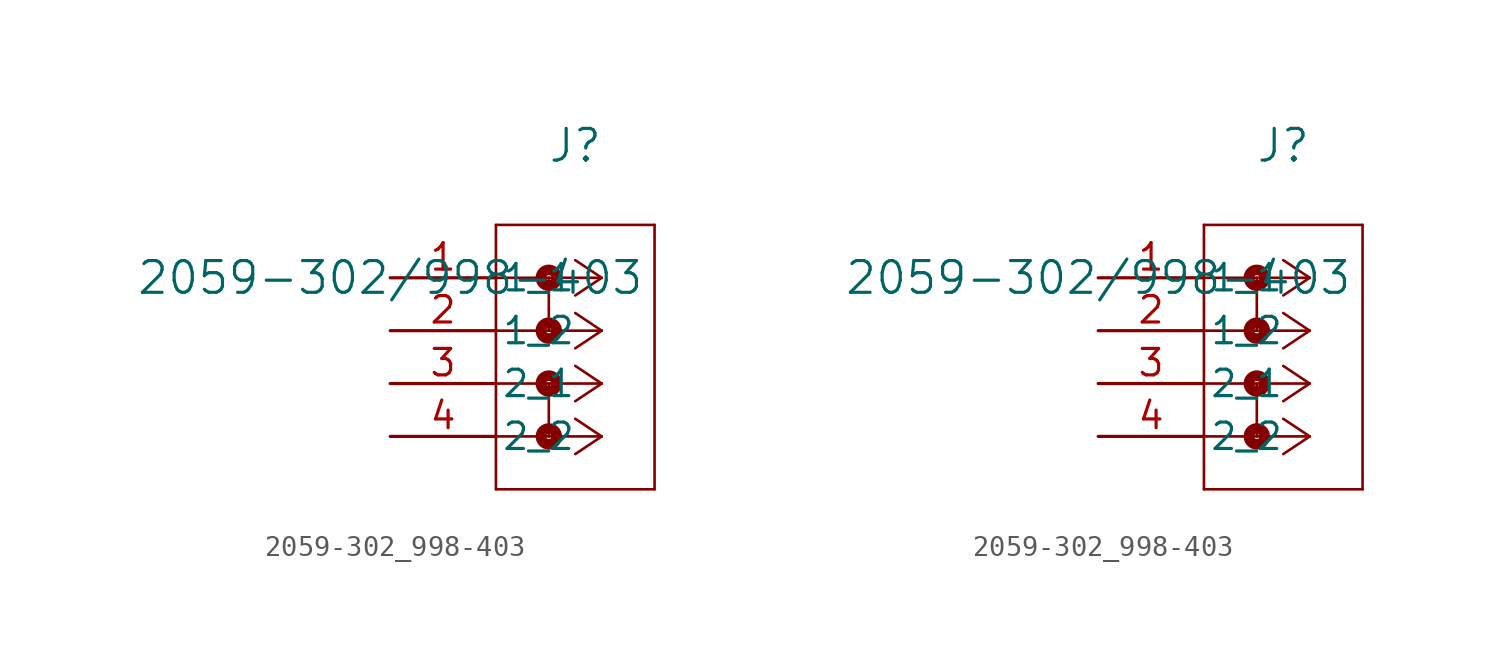
<source format=kicad_sym>
(kicad_symbol_lib
  (version 20211014)
  (generator kicad_symbol_editor)
  (symbol "2059-302_998-403"
    (pin_names
      (offset 0.254))
    (property "Reference" "J"
      (at 8.89 6.35 0)
      (effects (font (size 1.524 1.524))))
    (property "Value" "2059-302/998-403"
      (at 0 0 0)
      (effects (font (size 1.524 1.524))))
    (symbol "2059-302_998-403_1_1"
      (polyline (pts (xy 10.16 0) (xy 5.08 0)) (stroke (width 0.127) (type default) (color 0 0 0 0)) (fill (type none)))
      (polyline (pts (xy 10.16 -2.54) (xy 5.08 -2.54)) (stroke (width 0.127) (type default) (color 0 0 0 0)) (fill (type none)))
      (polyline (pts (xy 10.16 -5.08) (xy 5.08 -5.08)) (stroke (width 0.127) (type default) (color 0 0 0 0)) (fill (type none)))
      (polyline (pts (xy 10.16 -7.62) (xy 5.08 -7.62)) (stroke (width 0.127) (type default) (color 0 0 0 0)) (fill (type none)))
      (polyline (pts (xy 10.16 0) (xy 8.89 0.847)) (stroke (width 0.127) (type default) (color 0 0 0 0)) (fill (type none)))
      (polyline (pts (xy 10.16 -2.54) (xy 8.89 -1.693)) (stroke (width 0.127) (type default) (color 0 0 0 0)) (fill (type none)))
      (polyline (pts (xy 10.16 -5.08) (xy 8.89 -4.233)) (stroke (width 0.127) (type default) (color 0 0 0 0)) (fill (type none)))
      (polyline (pts (xy 10.16 -7.62) (xy 8.89 -6.773)) (stroke (width 0.127) (type default) (color 0 0 0 0)) (fill (type none)))
      (polyline (pts (xy 10.16 0) (xy 8.89 -0.847)) (stroke (width 0.127) (type default) (color 0 0 0 0)) (fill (type none)))
      (polyline (pts (xy 10.16 -2.54) (xy 8.89 -3.387)) (stroke (width 0.127) (type default) (color 0 0 0 0)) (fill (type none)))
      (polyline (pts (xy 10.16 -5.08) (xy 8.89 -5.927)) (stroke (width 0.127) (type default) (color 0 0 0 0)) (fill (type none)))
      (polyline (pts (xy 10.16 -7.62) (xy 8.89 -8.467)) (stroke (width 0.127) (type default) (color 0 0 0 0)) (fill (type none)))
      (polyline (pts (xy 5.08 2.54) (xy 5.08 -10.16)) (stroke (width 0.127) (type default) (color 0 0 0 0)) (fill (type none)))
      (polyline (pts (xy 5.08 -10.16) (xy 12.7 -10.16)) (stroke (width 0.127) (type default) (color 0 0 0 0)) (fill (type none)))
      (polyline (pts (xy 12.7 -10.16) (xy 12.7 2.54)) (stroke (width 0.127) (type default) (color 0 0 0 0)) (fill (type none)))
      (polyline (pts (xy 12.7 2.54) (xy 5.08 2.54)) (stroke (width 0.127) (type default) (color 0 0 0 0)) (fill (type none)))
      (circle (center 7.62 0) (radius 0.127) (stroke (width 0.508) (type default) (color 0 0 0 0)) (fill (type none)))
      (polyline (pts (xy 7.62 0) (xy 7.62 -2.54)) (stroke (width 0.127) (type default) (color 0 0 0 0)) (fill (type none)))
      (circle (center 7.62 -2.54) (radius 0.127) (stroke (width 0.508) (type default) (color 0 0 0 0)) (fill (type none)))
      (circle (center 7.62 -5.08) (radius 0.127) (stroke (width 0.508) (type default) (color 0 0 0 0)) (fill (type none)))
      (polyline (pts (xy 7.62 -5.08) (xy 7.62 -7.62)) (stroke (width 0.127) (type default) (color 0 0 0 0)) (fill (type none)))
      (circle (center 7.62 -7.62) (radius 0.127) (stroke (width 0.508) (type default) (color 0 0 0 0)) (fill (type none)))
      (pin unspecified line (at 0 0 0) (length 5.08) (name "1_1" (effects (font (size 1.27 1.27)))) (number "1" (effects (font (size 1.27 1.27)))))
      (pin unspecified line (at 0 -2.54 0) (length 5.08) (name "1_2" (effects (font (size 1.27 1.27)))) (number "2" (effects (font (size 1.27 1.27)))))
      (pin unspecified line (at 0 -5.08 0) (length 5.08) (name "2_1" (effects (font (size 1.27 1.27)))) (number "3" (effects (font (size 1.27 1.27)))))
      (pin unspecified line (at 0 -7.62 0) (length 5.08) (name "2_2" (effects (font (size 1.27 1.27)))) (number "4" (effects (font (size 1.27 1.27))))))
    (symbol "2059-302_998-403_1_2"
      (polyline (pts (xy 10.16 0) (xy 5.08 0)) (stroke (width 0.127) (type default) (color 0 0 0 0)) (fill (type none)))
      (polyline (pts (xy 10.16 -2.54) (xy 5.08 -2.54)) (stroke (width 0.127) (type default) (color 0 0 0 0)) (fill (type none)))
      (polyline (pts (xy 10.16 -5.08) (xy 5.08 -5.08)) (stroke (width 0.127) (type default) (color 0 0 0 0)) (fill (type none)))
      (polyline (pts (xy 10.16 -7.62) (xy 5.08 -7.62)) (stroke (width 0.127) (type default) (color 0 0 0 0)) (fill (type none)))
      (polyline (pts (xy 10.16 0) (xy 8.89 0.847)) (stroke (width 0.127) (type default) (color 0 0 0 0)) (fill (type none)))
      (polyline (pts (xy 10.16 -2.54) (xy 8.89 -1.693)) (stroke (width 0.127) (type default) (color 0 0 0 0)) (fill (type none)))
      (polyline (pts (xy 10.16 -5.08) (xy 8.89 -4.233)) (stroke (width 0.127) (type default) (color 0 0 0 0)) (fill (type none)))
      (polyline (pts (xy 10.16 -7.62) (xy 8.89 -6.773)) (stroke (width 0.127) (type default) (color 0 0 0 0)) (fill (type none)))
      (polyline (pts (xy 10.16 0) (xy 8.89 -0.847)) (stroke (width 0.127) (type default) (color 0 0 0 0)) (fill (type none)))
      (polyline (pts (xy 10.16 -2.54) (xy 8.89 -3.387)) (stroke (width 0.127) (type default) (color 0 0 0 0)) (fill (type none)))
      (polyline (pts (xy 10.16 -5.08) (xy 8.89 -5.927)) (stroke (width 0.127) (type default) (color 0 0 0 0)) (fill (type none)))
      (polyline (pts (xy 10.16 -7.62) (xy 8.89 -8.467)) (stroke (width 0.127) (type default) (color 0 0 0 0)) (fill (type none)))
      (polyline (pts (xy 5.08 2.54) (xy 5.08 -10.16)) (stroke (width 0.127) (type default) (color 0 0 0 0)) (fill (type none)))
      (polyline (pts (xy 5.08 -10.16) (xy 12.7 -10.16)) (stroke (width 0.127) (type default) (color 0 0 0 0)) (fill (type none)))
      (polyline (pts (xy 12.7 -10.16) (xy 12.7 2.54)) (stroke (width 0.127) (type default) (color 0 0 0 0)) (fill (type none)))
      (polyline (pts (xy 12.7 2.54) (xy 5.08 2.54)) (stroke (width 0.127) (type default) (color 0 0 0 0)) (fill (type none)))
      (circle (center 7.62 0) (radius 0.127) (stroke (width 0.508) (type default) (color 0 0 0 0)) (fill (type none)))
      (polyline (pts (xy 7.62 0) (xy 7.62 -2.54)) (stroke (width 0.127) (type default) (color 0 0 0 0)) (fill (type none)))
      (circle (center 7.62 -2.54) (radius 0.127) (stroke (width 0.508) (type default) (color 0 0 0 0)) (fill (type none)))
      (circle (center 7.62 -5.08) (radius 0.127) (stroke (width 0.508) (type default) (color 0 0 0 0)) (fill (type none)))
      (polyline (pts (xy 7.62 -5.08) (xy 7.62 -7.62)) (stroke (width 0.127) (type default) (color 0 0 0 0)) (fill (type none)))
      (circle (center 7.62 -7.62) (radius 0.127) (stroke (width 0.508) (type default) (color 0 0 0 0)) (fill (type none)))
      (pin unspecified line (at 0 0 0) (length 5.08) (name "1_1" (effects (font (size 1.27 1.27)))) (number "1" (effects (font (size 1.27 1.27)))))
      (pin unspecified line (at 0 -2.54 0) (length 5.08) (name "1_2" (effects (font (size 1.27 1.27)))) (number "2" (effects (font (size 1.27 1.27)))))
      (pin unspecified line (at 0 -5.08 0) (length 5.08) (name "2_1" (effects (font (size 1.27 1.27)))) (number "3" (effects (font (size 1.27 1.27)))))
      (pin unspecified line (at 0 -7.62 0) (length 5.08) (name "2_2" (effects (font (size 1.27 1.27)))) (number "4" (effects (font (size 1.27 1.27))))))))
</source>
